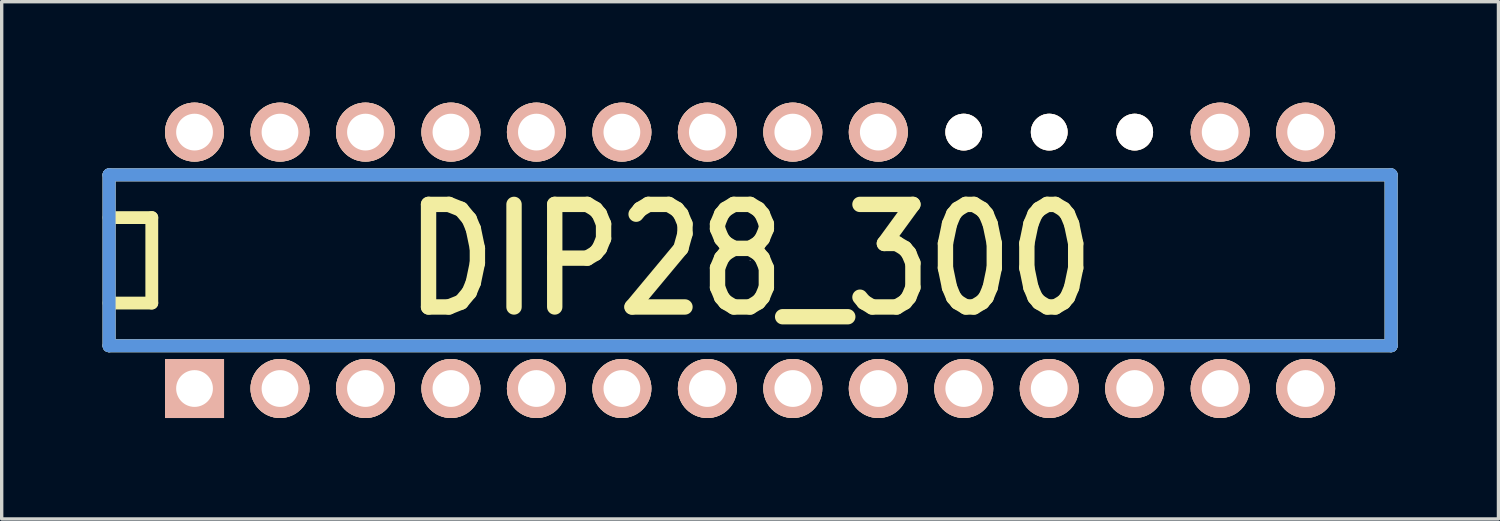
<source format=kicad_pcb>
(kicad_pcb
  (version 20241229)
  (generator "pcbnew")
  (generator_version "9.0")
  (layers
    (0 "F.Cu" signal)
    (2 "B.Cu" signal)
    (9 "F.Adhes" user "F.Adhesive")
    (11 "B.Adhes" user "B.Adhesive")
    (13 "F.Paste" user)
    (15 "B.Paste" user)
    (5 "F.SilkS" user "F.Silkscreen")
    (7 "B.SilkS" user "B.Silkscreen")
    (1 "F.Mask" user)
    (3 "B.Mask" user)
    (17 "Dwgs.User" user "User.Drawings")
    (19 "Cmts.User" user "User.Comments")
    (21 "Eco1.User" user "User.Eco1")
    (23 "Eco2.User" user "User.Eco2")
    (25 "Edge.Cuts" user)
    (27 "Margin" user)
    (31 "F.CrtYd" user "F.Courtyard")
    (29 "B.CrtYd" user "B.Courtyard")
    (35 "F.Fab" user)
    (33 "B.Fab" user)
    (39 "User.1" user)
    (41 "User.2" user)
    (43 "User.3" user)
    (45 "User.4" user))
  (footprint "DIP28_300"
    (layer "F.Cu")
    (at 19.241 4.686)
    (property "Reference" "DIP28_300" (at 0 0 0) (layer "F.SilkS") (effects (font (size 3.048 2.54) (thickness 0.457))))
    (attr through_hole)
    (fp_line (start -19.05 -2.54) (end 19.05 -2.54) (stroke (width 0.381) (type solid)) (layer "F.SilkS"))
    (fp_line (start -19.05 -1.27) (end -17.78 -1.27) (stroke (width 0.381) (type solid)) (layer "F.SilkS"))
    (fp_line (start -19.05 2.54) (end -19.05 -2.54) (stroke (width 0.381) (type solid)) (layer "F.SilkS"))
    (fp_line (start -17.78 -1.27) (end -17.78 1.27) (stroke (width 0.381) (type solid)) (layer "F.SilkS"))
    (fp_line (start -17.78 1.27) (end -19.05 1.27) (stroke (width 0.381) (type solid)) (layer "F.SilkS"))
    (fp_line (start 19.05 -2.54) (end 19.05 2.54) (stroke (width 0.381) (type solid)) (layer "F.SilkS"))
    (fp_line (start 19.05 2.54) (end -19.05 2.54) (stroke (width 0.381) (type solid)) (layer "F.SilkS"))
    (fp_line (start -19.05 -2.54) (end 19.05 -2.54) (stroke (width 0.381) (type solid)) (layer "Dwgs.User"))
    (fp_line (start -19.05 2.54) (end -19.05 -2.54) (stroke (width 0.381) (type solid)) (layer "Dwgs.User"))
    (fp_line (start 0 0) (end 0 0) (stroke (width 0.025) (type solid)) (layer "Dwgs.User"))
    (fp_line (start 19.05 -2.54) (end 19.05 2.54) (stroke (width 0.381) (type solid)) (layer "Dwgs.User"))
    (fp_line (start 19.05 2.54) (end -19.05 2.54) (stroke (width 0.381) (type solid)) (layer "Dwgs.User"))
    (fp_line (start -19.05 -2.54) (end 19.05 -2.54) (stroke (width 0.381) (type solid)) (layer "Cmts.User"))
    (fp_line (start -19.05 2.54) (end -19.05 -2.54) (stroke (width 0.381) (type solid)) (layer "Cmts.User"))
    (fp_line (start 19.05 -2.54) (end 19.05 2.54) (stroke (width 0.381) (type solid)) (layer "Cmts.User"))
    (fp_line (start 19.05 2.54) (end -19.05 2.54) (stroke (width 0.381) (type solid)) (layer "Cmts.User"))
    (pad "" np_thru_hole circle (at 6.35 -3.81) (size 1.092 1.092) (drill 1.092) (layers "*.Cu" "*.SilkS" "*.Mask"))
    (pad "" np_thru_hole circle (at 8.89 -3.81) (size 1.092 1.092) (drill 1.092) (layers "*.Cu" "*.SilkS" "*.Mask"))
    (pad "" np_thru_hole circle (at 11.43 -3.81) (size 1.092 1.092) (drill 1.092) (layers "*.Cu" "*.SilkS" "*.Mask"))
    (pad "1" thru_hole rect (at -16.51 3.81) (size 1.753 1.753) (drill 1.092) (layers "*.Cu" "*.SilkS" "*.Mask"))
    (pad "2" thru_hole circle (at -13.97 3.81) (size 1.753 1.753) (drill 1.092) (layers "*.Cu" "*.SilkS" "*.Mask"))
    (pad "3" thru_hole circle (at -11.43 3.81) (size 1.753 1.753) (drill 1.092) (layers "*.Cu" "*.SilkS" "*.Mask"))
    (pad "4" thru_hole circle (at -8.89 3.81) (size 1.753 1.753) (drill 1.092) (layers "*.Cu" "*.SilkS" "*.Mask"))
    (pad "5" thru_hole circle (at -6.35 3.81) (size 1.753 1.753) (drill 1.092) (layers "*.Cu" "*.SilkS" "*.Mask"))
    (pad "6" thru_hole circle (at -3.81 3.81) (size 1.753 1.753) (drill 1.092) (layers "*.Cu" "*.SilkS" "*.Mask"))
    (pad "7" thru_hole circle (at -1.27 3.81) (size 1.753 1.753) (drill 1.092) (layers "*.Cu" "*.SilkS" "*.Mask"))
    (pad "8" thru_hole circle (at 1.27 3.81) (size 1.753 1.753) (drill 1.092) (layers "*.Cu" "*.SilkS" "*.Mask"))
    (pad "9" thru_hole circle (at 3.81 3.81) (size 1.753 1.753) (drill 1.092) (layers "*.Cu" "*.SilkS" "*.Mask"))
    (pad "10" thru_hole circle (at 6.35 3.81) (size 1.753 1.753) (drill 1.092) (layers "*.Cu" "*.SilkS" "*.Mask"))
    (pad "11" thru_hole circle (at 8.89 3.81) (size 1.753 1.753) (drill 1.092) (layers "*.Cu" "*.SilkS" "*.Mask"))
    (pad "12" thru_hole circle (at 11.43 3.81) (size 1.753 1.753) (drill 1.092) (layers "*.Cu" "*.SilkS" "*.Mask"))
    (pad "13" thru_hole circle (at 13.97 3.81) (size 1.753 1.753) (drill 1.092) (layers "*.Cu" "*.SilkS" "*.Mask"))
    (pad "14" thru_hole circle (at 16.51 3.81) (size 1.753 1.753) (drill 1.092) (layers "*.Cu" "*.SilkS" "*.Mask"))
    (pad "15" thru_hole circle (at 16.51 -3.81) (size 1.753 1.753) (drill 1.092) (layers "*.Cu" "*.SilkS" "*.Mask"))
    (pad "16" thru_hole circle (at 13.97 -3.81) (size 1.753 1.753) (drill 1.092) (layers "*.Cu" "*.SilkS" "*.Mask"))
    (pad "20" thru_hole circle (at 3.81 -3.81) (size 1.753 1.753) (drill 1.092) (layers "*.Cu" "*.SilkS" "*.Mask"))
    (pad "21" thru_hole circle (at 1.27 -3.81) (size 1.753 1.753) (drill 1.092) (layers "*.Cu" "*.SilkS" "*.Mask"))
    (pad "22" thru_hole circle (at -1.27 -3.81) (size 1.753 1.753) (drill 1.092) (layers "*.Cu" "*.SilkS" "*.Mask"))
    (pad "23" thru_hole circle (at -3.81 -3.81) (size 1.753 1.753) (drill 1.092) (layers "*.Cu" "*.SilkS" "*.Mask"))
    (pad "24" thru_hole circle (at -6.35 -3.81) (size 1.753 1.753) (drill 1.092) (layers "*.Cu" "*.SilkS" "*.Mask"))
    (pad "25" thru_hole circle (at -8.89 -3.81) (size 1.753 1.753) (drill 1.092) (layers "*.Cu" "*.SilkS" "*.Mask"))
    (pad "26" thru_hole circle (at -11.43 -3.81) (size 1.753 1.753) (drill 1.092) (layers "*.Cu" "*.SilkS" "*.Mask"))
    (pad "27" thru_hole circle (at -13.97 -3.81) (size 1.753 1.753) (drill 1.092) (layers "*.Cu" "*.SilkS" "*.Mask"))
    (pad "28" thru_hole circle (at -16.51 -3.81) (size 1.753 1.753) (drill 1.092) (layers "*.Cu" "*.SilkS" "*.Mask")))
  (gr_rect
    (start -3 -3)
    (end 41.481 12.373)
    (stroke (width 0.1) (type default))
    (fill no)
    (layer "Edge.Cuts")))
</source>
